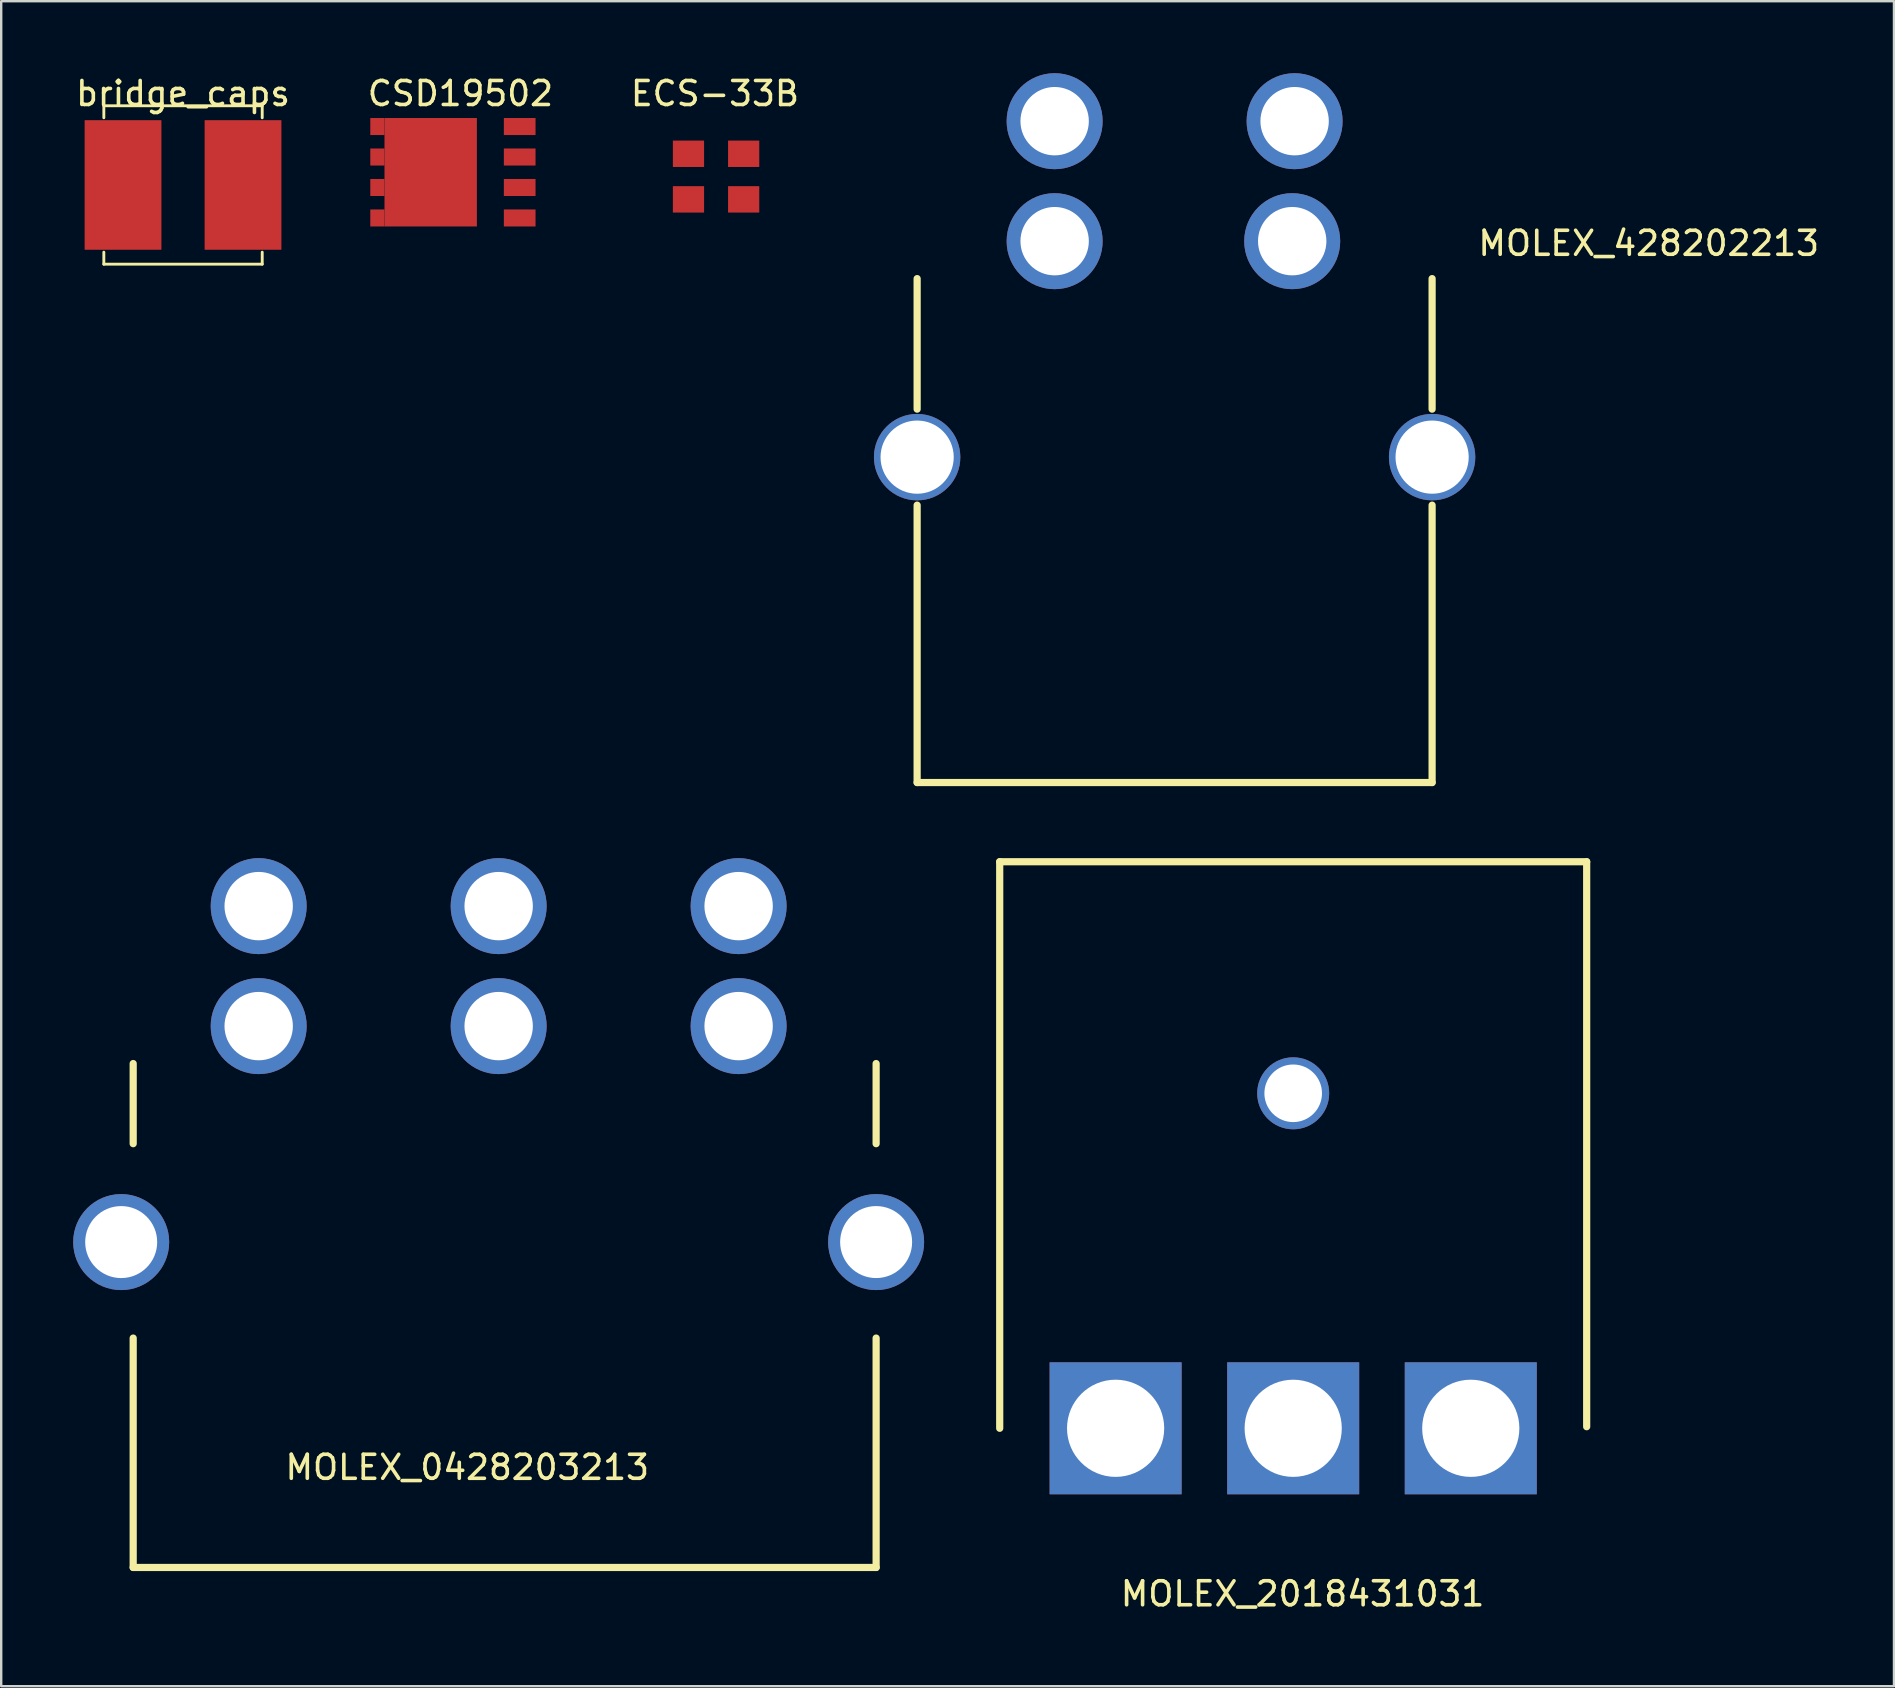
<source format=kicad_pcb>
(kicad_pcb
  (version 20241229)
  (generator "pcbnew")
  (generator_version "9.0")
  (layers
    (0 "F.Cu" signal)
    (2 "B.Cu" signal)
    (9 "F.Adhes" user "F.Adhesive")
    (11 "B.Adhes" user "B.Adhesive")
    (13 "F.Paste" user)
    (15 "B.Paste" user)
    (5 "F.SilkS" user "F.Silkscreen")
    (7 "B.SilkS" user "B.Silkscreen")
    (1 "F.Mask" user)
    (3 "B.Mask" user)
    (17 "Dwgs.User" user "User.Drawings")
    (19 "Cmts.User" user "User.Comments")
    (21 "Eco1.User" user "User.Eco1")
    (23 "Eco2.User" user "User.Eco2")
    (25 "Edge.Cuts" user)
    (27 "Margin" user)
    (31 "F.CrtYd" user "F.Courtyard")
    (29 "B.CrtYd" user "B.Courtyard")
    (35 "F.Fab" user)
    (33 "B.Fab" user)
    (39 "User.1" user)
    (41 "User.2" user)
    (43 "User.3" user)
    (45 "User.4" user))
  (footprint "MOLEX_0428203213"
    (layer "F.Cu")
    (at 33.46 48.71)
    (property "Reference" "MOLEX_0428203213" (at -17.038 9.388 0) (layer "F.SilkS") (effects (font (size 1 1) (thickness 0.15))))
    (attr through_hole)
    (fp_line (start -30.96 -4.1) (end -30.96 -7.44) (stroke (width 0.3) (type solid)) (layer "F.SilkS"))
    (fp_line (start -30.96 13.56) (end -30.96 4) (stroke (width 0.3) (type solid)) (layer "F.SilkS"))
    (fp_line (start -30.96 13.56) (end 0 13.56) (stroke (width 0.3) (type solid)) (layer "F.SilkS"))
    (fp_line (start 0 -4.1) (end 0 -7.44) (stroke (width 0.3) (type solid)) (layer "F.SilkS"))
    (fp_line (start 0 13.56) (end 0 4) (stroke (width 0.3) (type solid)) (layer "F.SilkS"))
    (pad "" np_thru_hole circle (at -31.46 0) (size 4 4) (drill 3) (layers "*.Cu" "*.Mask"))
    (pad "" np_thru_hole circle (at 0 0) (size 4 4) (drill 3) (layers "*.Cu" "*.Mask"))
    (pad "1" thru_hole circle (at -5.73 -14) (size 4 4) (drill 2.85) (layers "*.Cu" "*.Mask"))
    (pad "1" thru_hole circle (at -5.73 -9) (size 4 4) (drill 2.85) (layers "*.Cu" "*.Mask"))
    (pad "2" thru_hole circle (at -15.73 -14) (size 4 4) (drill 2.85) (layers "*.Cu" "*.Mask"))
    (pad "2" thru_hole circle (at -15.73 -9) (size 4 4) (drill 2.85) (layers "*.Cu" "*.Mask"))
    (pad "3" thru_hole circle (at -25.73 -14) (size 4 4) (drill 2.85) (layers "*.Cu" "*.Mask"))
    (pad "3" thru_hole circle (at -25.73 -9) (size 4 4) (drill 2.85) (layers "*.Cu" "*.Mask")))
  (footprint "bridge_caps"
    (layer "F.Cu")
    (at 4.577 4.658)
    (property "Reference" "bridge_caps" (at 0 -3.81 0) (layer "F.SilkS") (effects (font (size 1 1) (thickness 0.15))))
    (attr through_hole)
    (fp_line (start -3.3 -3.3) (end -3.3 -2.8) (stroke (width 0.12) (type solid)) (layer "F.SilkS"))
    (fp_line (start -3.3 3.3) (end -3.3 2.8) (stroke (width 0.12) (type solid)) (layer "F.SilkS"))
    (fp_line (start 3.3 -3.3) (end -3.3 -3.3) (stroke (width 0.12) (type solid)) (layer "F.SilkS"))
    (fp_line (start 3.3 -2.8) (end 3.3 -3.3) (stroke (width 0.12) (type solid)) (layer "F.SilkS"))
    (fp_line (start 3.3 3.3) (end -3.3 3.3) (stroke (width 0.12) (type solid)) (layer "F.SilkS"))
    (fp_line (start 3.3 3.3) (end 3.3 2.8) (stroke (width 0.12) (type solid)) (layer "F.SilkS"))
    (pad "1" smd rect (at -2.5 0) (size 3.2 5.4) (layers "F.Cu" "F.Mask" "F.Paste"))
    (pad "2" smd rect (at 2.5 0) (size 3.2 5.4) (layers "F.Cu" "F.Mask" "F.Paste")))
  (footprint "MOLEX_2018431031"
    (layer "F.Cu")
    (at 50.84 56.47)
    (property "Reference" "MOLEX_2018431031" (at 0.391 6.899 0) (layer "F.SilkS") (effects (font (size 1 1) (thickness 0.15))))
    (attr through_hole)
    (fp_line (start -12.23 -23.61) (end -12.23 0) (stroke (width 0.3) (type solid)) (layer "F.SilkS"))
    (fp_line (start -12.23 -23.61) (end 12.23 -23.61) (stroke (width 0.3) (type solid)) (layer "F.SilkS"))
    (fp_line (start 12.23 -23.61) (end 12.23 -0.066) (stroke (width 0.3) (type solid)) (layer "F.SilkS"))
    (pad "" np_thru_hole circle (at 0 -13.96) (size 3 3) (drill 2.4) (layers "*.Cu" "*.Mask"))
    (pad "1" thru_hole rect (at -7.4 0) (size 5.5 5.5) (drill 4.05) (layers "*.Cu" "*.Mask"))
    (pad "2" thru_hole rect (at 0 0) (size 5.5 5.5) (drill 4.05) (layers "*.Cu" "*.Mask"))
    (pad "3" thru_hole rect (at 7.4 0) (size 5.5 5.5) (drill 4.05) (layers "*.Cu" "*.Mask")))
  (footprint "MOLEX_428202213"
    (layer "F.Cu")
    (at 56.629 16)
    (property "Reference" "MOLEX_428202213" (at 9.027 -8.91 0) (layer "F.SilkS") (effects (font (size 1 1) (thickness 0.15))))
    (attr through_hole)
    (fp_line (start -21.46 -2) (end -21.46 -7.44) (stroke (width 0.3) (type solid)) (layer "F.SilkS"))
    (fp_line (start -21.46 13.56) (end -21.46 2) (stroke (width 0.3) (type solid)) (layer "F.SilkS"))
    (fp_line (start -21.46 13.56) (end 0 13.56) (stroke (width 0.3) (type solid)) (layer "F.SilkS"))
    (fp_line (start 0 -2) (end 0 -7.44) (stroke (width 0.3) (type solid)) (layer "F.SilkS"))
    (fp_line (start 0 13.56) (end 0 2) (stroke (width 0.3) (type solid)) (layer "F.SilkS"))
    (pad "" np_thru_hole circle (at -21.46 0) (size 3.6 3.6) (drill 3.05) (layers "*.Cu" "*.Mask"))
    (pad "" np_thru_hole circle (at 0 0) (size 3.6 3.6) (drill 3.05) (layers "*.Cu" "*.Mask"))
    (pad "1" thru_hole circle (at -5.83 -9) (size 4 4) (drill 2.85) (layers "*.Cu" "*.Mask"))
    (pad "1" thru_hole circle (at -5.73 -14) (size 4 4) (drill 2.85) (layers "*.Cu" "*.Mask"))
    (pad "2" thru_hole circle (at -15.73 -14) (size 4 4) (drill 2.85) (layers "*.Cu" "*.Mask"))
    (pad "2" thru_hole circle (at -15.73 -9) (size 4 4) (drill 2.85) (layers "*.Cu" "*.Mask")))
  (footprint "ECS-33B"
    (layer "F.Cu")
    (at 26.79 4.308)
    (property "Reference" "ECS-33B" (at -0.046 -3.459 0) (layer "F.SilkS") (effects (font (size 1 1) (thickness 0.15))))
    (attr through_hole)
    (pad "1" smd rect (at -1.15 0.95) (size 1.3 1.1) (layers "F.Cu" "F.Mask" "F.Paste"))
    (pad "2" smd rect (at 1.15 0.95) (size 1.3 1.1) (layers "F.Cu" "F.Mask" "F.Paste"))
    (pad "3" smd rect (at 1.15 -0.95) (size 1.3 1.1) (layers "F.Cu" "F.Mask" "F.Paste"))
    (pad "4" smd rect (at -1.15 -0.95) (size 1.3 1.1) (layers "F.Cu" "F.Mask" "F.Paste")))
  (footprint "CSD19502"
    (layer "F.Cu")
    (at 15.837 4.128)
    (property "Reference" "CSD19502" (at 0.3 -3.28 0) (layer "F.SilkS") (effects (font (size 1 1) (thickness 0.15))))
    (attr through_hole)
    (pad "1" smd rect (at -3.161 -1.905) (size 0.59 0.71) (layers "F.Cu" "F.Mask" "F.Paste"))
    (pad "1" smd rect (at -3.161 -0.635) (size 0.59 0.71) (layers "F.Cu" "F.Mask" "F.Paste"))
    (pad "1" smd rect (at -3.161 0.635) (size 0.59 0.71) (layers "F.Cu" "F.Mask" "F.Paste"))
    (pad "1" smd rect (at -3.161 1.905) (size 0.59 0.71) (layers "F.Cu" "F.Mask" "F.Paste"))
    (pad "1" smd rect (at -0.939 0) (size 3.85 4.52) (layers "F.Cu" "F.Mask" "F.Paste"))
    (pad "2" smd rect (at 2.77 -1.905) (size 1.32 0.71) (layers "F.Cu" "F.Mask" "F.Paste"))
    (pad "3" smd rect (at 2.77 -0.635) (size 1.32 0.71) (layers "F.Cu" "F.Mask" "F.Paste"))
    (pad "3" smd rect (at 2.77 0.635) (size 1.32 0.71) (layers "F.Cu" "F.Mask" "F.Paste"))
    (pad "3" smd rect (at 2.77 1.905) (size 1.32 0.71) (layers "F.Cu" "F.Mask" "F.Paste")))
  (gr_rect
    (start -3 -3)
    (end 75.876 67.217)
    (stroke (width 0.1) (type default))
    (fill no)
    (layer "Edge.Cuts")))
</source>
